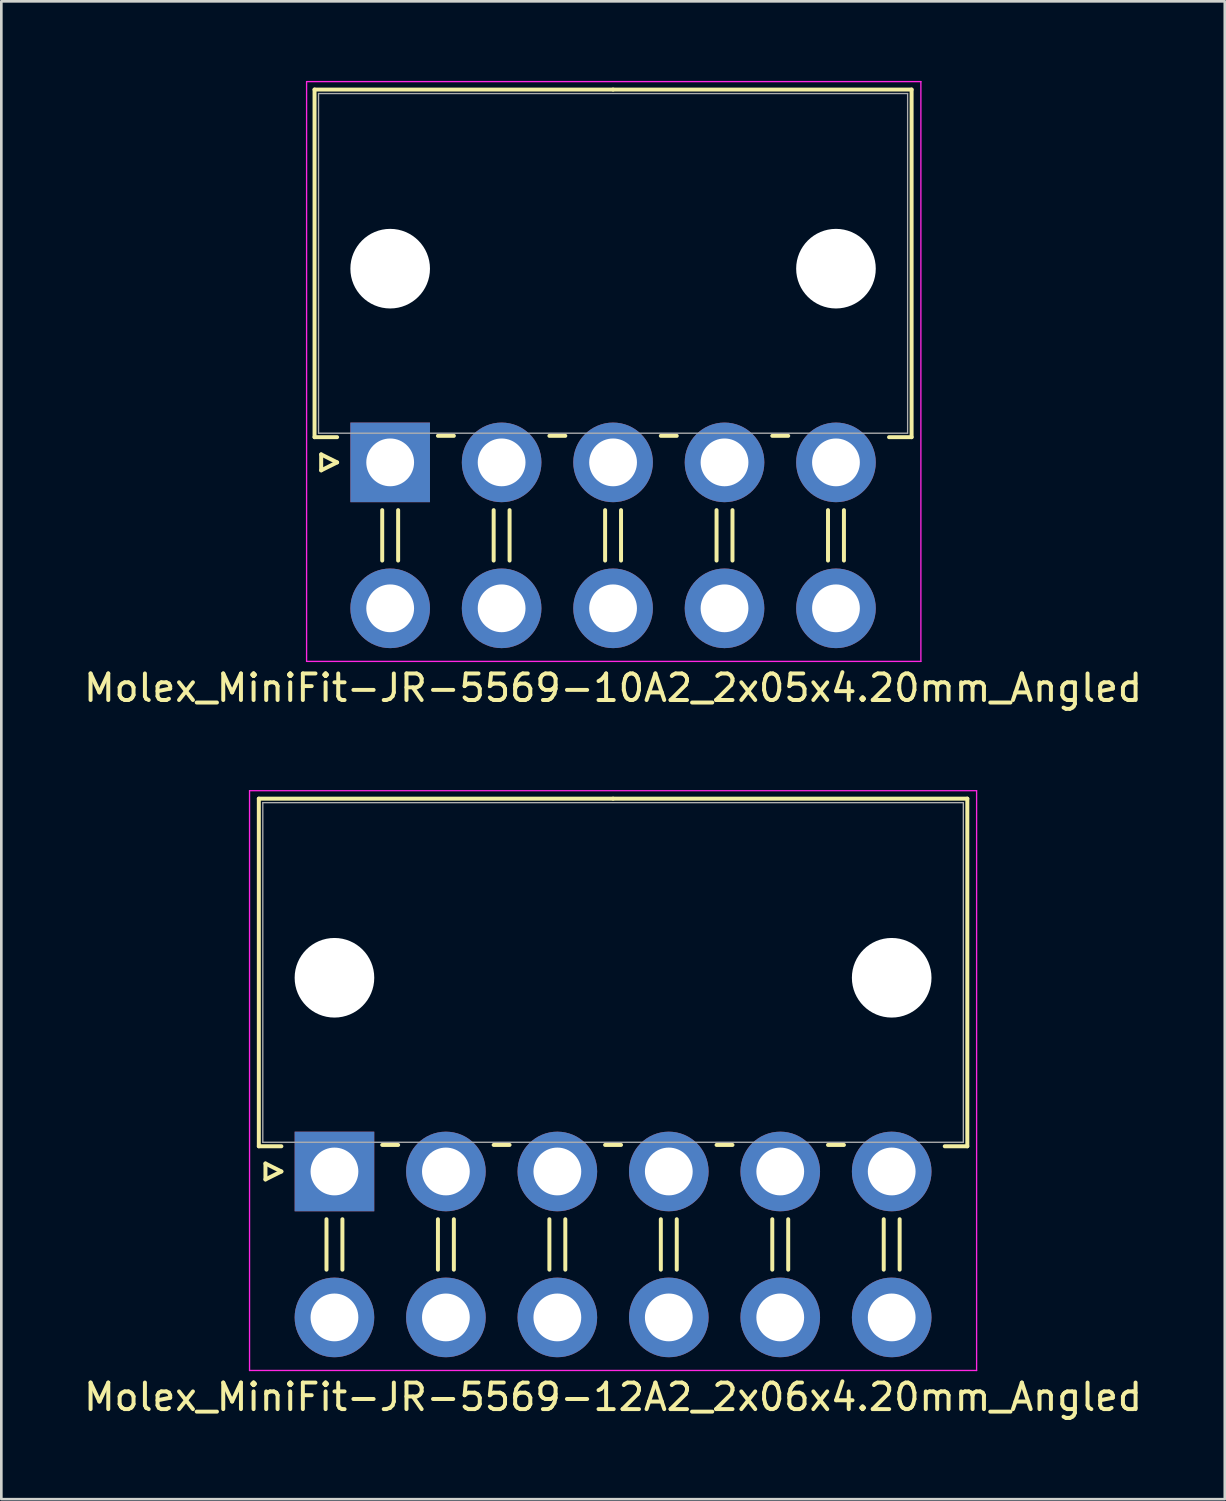
<source format=kicad_pcb>
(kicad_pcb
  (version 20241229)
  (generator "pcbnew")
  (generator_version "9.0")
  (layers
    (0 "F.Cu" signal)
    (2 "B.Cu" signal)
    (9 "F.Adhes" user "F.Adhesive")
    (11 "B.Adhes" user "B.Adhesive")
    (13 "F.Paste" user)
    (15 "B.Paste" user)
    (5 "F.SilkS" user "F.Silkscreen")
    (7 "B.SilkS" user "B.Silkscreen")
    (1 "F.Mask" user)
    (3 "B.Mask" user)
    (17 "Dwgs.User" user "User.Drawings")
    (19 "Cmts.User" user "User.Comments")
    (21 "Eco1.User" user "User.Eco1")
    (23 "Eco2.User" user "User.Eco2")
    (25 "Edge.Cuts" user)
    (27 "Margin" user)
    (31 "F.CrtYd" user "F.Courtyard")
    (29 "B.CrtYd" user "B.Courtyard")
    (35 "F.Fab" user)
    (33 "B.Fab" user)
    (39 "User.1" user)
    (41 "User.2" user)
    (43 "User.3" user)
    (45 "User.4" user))
  (footprint "Molex_MiniFit-JR-5569-10A2_2x05x4.20mm_Angled"
    (layer "F.Cu")
    (at 11.654 14.375)
    (property "Reference" "Molex_MiniFit-JR-5569-10A2_2x05x4.20mm_Angled" (at 8.4 8.5 0) (layer "F.SilkS") (effects (font (size 1 1) (thickness 0.15))))
    (attr through_hole)
    (fp_line (start -2.85 -14.05) (end 8.4 -14.05) (stroke (width 0.15) (type solid)) (layer "F.SilkS"))
    (fp_line (start -2.85 -0.95) (end -2.85 -14.05) (stroke (width 0.15) (type solid)) (layer "F.SilkS"))
    (fp_line (start -2.6 -0.3) (end -2 0) (stroke (width 0.15) (type solid)) (layer "F.SilkS"))
    (fp_line (start -2.6 0.3) (end -2.6 -0.3) (stroke (width 0.15) (type solid)) (layer "F.SilkS"))
    (fp_line (start -2 -0.95) (end -2.85 -0.95) (stroke (width 0.15) (type solid)) (layer "F.SilkS"))
    (fp_line (start -2 0) (end -2.6 0.3) (stroke (width 0.15) (type solid)) (layer "F.SilkS"))
    (fp_line (start -0.3 1.8) (end -0.3 3.7) (stroke (width 0.15) (type solid)) (layer "F.SilkS"))
    (fp_line (start 0.3 1.8) (end 0.3 3.7) (stroke (width 0.15) (type solid)) (layer "F.SilkS"))
    (fp_line (start 1.8 -1) (end 2.4 -1) (stroke (width 0.15) (type solid)) (layer "F.SilkS"))
    (fp_line (start 3.9 1.8) (end 3.9 3.7) (stroke (width 0.15) (type solid)) (layer "F.SilkS"))
    (fp_line (start 4.5 1.8) (end 4.5 3.7) (stroke (width 0.15) (type solid)) (layer "F.SilkS"))
    (fp_line (start 6 -1) (end 6.6 -1) (stroke (width 0.15) (type solid)) (layer "F.SilkS"))
    (fp_line (start 8.1 1.8) (end 8.1 3.7) (stroke (width 0.15) (type solid)) (layer "F.SilkS"))
    (fp_line (start 8.7 1.8) (end 8.7 3.7) (stroke (width 0.15) (type solid)) (layer "F.SilkS"))
    (fp_line (start 10.2 -1) (end 10.8 -1) (stroke (width 0.15) (type solid)) (layer "F.SilkS"))
    (fp_line (start 12.3 1.8) (end 12.3 3.7) (stroke (width 0.15) (type solid)) (layer "F.SilkS"))
    (fp_line (start 12.9 1.8) (end 12.9 3.7) (stroke (width 0.15) (type solid)) (layer "F.SilkS"))
    (fp_line (start 14.4 -1) (end 15 -1) (stroke (width 0.15) (type solid)) (layer "F.SilkS"))
    (fp_line (start 16.5 1.8) (end 16.5 3.7) (stroke (width 0.15) (type solid)) (layer "F.SilkS"))
    (fp_line (start 17.1 1.8) (end 17.1 3.7) (stroke (width 0.15) (type solid)) (layer "F.SilkS"))
    (fp_line (start 18.8 -0.95) (end 19.65 -0.95) (stroke (width 0.15) (type solid)) (layer "F.SilkS"))
    (fp_line (start 19.65 -14.05) (end 8.4 -14.05) (stroke (width 0.15) (type solid)) (layer "F.SilkS"))
    (fp_line (start 19.65 -0.95) (end 19.65 -14.05) (stroke (width 0.15) (type solid)) (layer "F.SilkS"))
    (fp_line (start -3.15 -14.35) (end -3.15 7.5) (stroke (width 0.05) (type solid)) (layer "F.CrtYd"))
    (fp_line (start -3.15 7.5) (end 20 7.5) (stroke (width 0.05) (type solid)) (layer "F.CrtYd"))
    (fp_line (start 20 -14.35) (end -3.15 -14.35) (stroke (width 0.05) (type solid)) (layer "F.CrtYd"))
    (fp_line (start 20 7.5) (end 20 -14.35) (stroke (width 0.05) (type solid)) (layer "F.CrtYd"))
    (fp_line (start -2.7 -13.9) (end -2.7 -1.1) (stroke (width 0.05) (type solid)) (layer "F.Fab"))
    (fp_line (start -2.7 -1.1) (end 19.5 -1.1) (stroke (width 0.05) (type solid)) (layer "F.Fab"))
    (fp_line (start 19.5 -13.9) (end -2.7 -13.9) (stroke (width 0.05) (type solid)) (layer "F.Fab"))
    (fp_line (start 19.5 -1.1) (end 19.5 -13.9) (stroke (width 0.05) (type solid)) (layer "F.Fab"))
    (pad "" np_thru_hole circle (at 0 -7.3) (size 3 3) (drill 3) (layers "*.Cu"))
    (pad "" np_thru_hole circle (at 16.8 -7.3) (size 3 3) (drill 3) (layers "*.Cu"))
    (pad "1" thru_hole rect (at 0 0) (size 3 3) (drill 1.8) (layers "*.Cu" "*.Mask"))
    (pad "2" thru_hole circle (at 4.2 0) (size 3 3) (drill 1.8) (layers "*.Cu" "*.Mask"))
    (pad "3" thru_hole circle (at 8.4 0) (size 3 3) (drill 1.8) (layers "*.Cu" "*.Mask"))
    (pad "4" thru_hole circle (at 12.6 0) (size 3 3) (drill 1.8) (layers "*.Cu" "*.Mask"))
    (pad "5" thru_hole circle (at 16.8 0) (size 3 3) (drill 1.8) (layers "*.Cu" "*.Mask"))
    (pad "6" thru_hole circle (at 0 5.5) (size 3 3) (drill 1.8) (layers "*.Cu" "*.Mask"))
    (pad "7" thru_hole circle (at 4.2 5.5) (size 3 3) (drill 1.8) (layers "*.Cu" "*.Mask"))
    (pad "8" thru_hole circle (at 8.4 5.5) (size 3 3) (drill 1.8) (layers "*.Cu" "*.Mask"))
    (pad "9" thru_hole circle (at 12.6 5.5) (size 3 3) (drill 1.8) (layers "*.Cu" "*.Mask"))
    (pad "10" thru_hole circle (at 16.8 5.5) (size 3 3) (drill 1.8) (layers "*.Cu" "*.Mask")))
  (footprint "Molex_MiniFit-JR-5569-12A2_2x06x4.20mm_Angled"
    (layer "F.Cu")
    (at 9.554 41.098)
    (property "Reference" "Molex_MiniFit-JR-5569-12A2_2x06x4.20mm_Angled" (at 10.5 8.5 0) (layer "F.SilkS") (effects (font (size 1 1) (thickness 0.15))))
    (attr through_hole)
    (fp_line (start -2.85 -14.05) (end 10.5 -14.05) (stroke (width 0.15) (type solid)) (layer "F.SilkS"))
    (fp_line (start -2.85 -0.95) (end -2.85 -14.05) (stroke (width 0.15) (type solid)) (layer "F.SilkS"))
    (fp_line (start -2.6 -0.3) (end -2 0) (stroke (width 0.15) (type solid)) (layer "F.SilkS"))
    (fp_line (start -2.6 0.3) (end -2.6 -0.3) (stroke (width 0.15) (type solid)) (layer "F.SilkS"))
    (fp_line (start -2 -0.95) (end -2.85 -0.95) (stroke (width 0.15) (type solid)) (layer "F.SilkS"))
    (fp_line (start -2 0) (end -2.6 0.3) (stroke (width 0.15) (type solid)) (layer "F.SilkS"))
    (fp_line (start -0.3 1.8) (end -0.3 3.7) (stroke (width 0.15) (type solid)) (layer "F.SilkS"))
    (fp_line (start 0.3 1.8) (end 0.3 3.7) (stroke (width 0.15) (type solid)) (layer "F.SilkS"))
    (fp_line (start 1.8 -1) (end 2.4 -1) (stroke (width 0.15) (type solid)) (layer "F.SilkS"))
    (fp_line (start 3.9 1.8) (end 3.9 3.7) (stroke (width 0.15) (type solid)) (layer "F.SilkS"))
    (fp_line (start 4.5 1.8) (end 4.5 3.7) (stroke (width 0.15) (type solid)) (layer "F.SilkS"))
    (fp_line (start 6 -1) (end 6.6 -1) (stroke (width 0.15) (type solid)) (layer "F.SilkS"))
    (fp_line (start 8.1 1.8) (end 8.1 3.7) (stroke (width 0.15) (type solid)) (layer "F.SilkS"))
    (fp_line (start 8.7 1.8) (end 8.7 3.7) (stroke (width 0.15) (type solid)) (layer "F.SilkS"))
    (fp_line (start 10.2 -1) (end 10.8 -1) (stroke (width 0.15) (type solid)) (layer "F.SilkS"))
    (fp_line (start 12.3 1.8) (end 12.3 3.7) (stroke (width 0.15) (type solid)) (layer "F.SilkS"))
    (fp_line (start 12.9 1.8) (end 12.9 3.7) (stroke (width 0.15) (type solid)) (layer "F.SilkS"))
    (fp_line (start 14.4 -1) (end 15 -1) (stroke (width 0.15) (type solid)) (layer "F.SilkS"))
    (fp_line (start 16.5 1.8) (end 16.5 3.7) (stroke (width 0.15) (type solid)) (layer "F.SilkS"))
    (fp_line (start 17.1 1.8) (end 17.1 3.7) (stroke (width 0.15) (type solid)) (layer "F.SilkS"))
    (fp_line (start 18.6 -1) (end 19.2 -1) (stroke (width 0.15) (type solid)) (layer "F.SilkS"))
    (fp_line (start 20.7 1.8) (end 20.7 3.7) (stroke (width 0.15) (type solid)) (layer "F.SilkS"))
    (fp_line (start 21.3 1.8) (end 21.3 3.7) (stroke (width 0.15) (type solid)) (layer "F.SilkS"))
    (fp_line (start 23 -0.95) (end 23.85 -0.95) (stroke (width 0.15) (type solid)) (layer "F.SilkS"))
    (fp_line (start 23.85 -14.05) (end 10.5 -14.05) (stroke (width 0.15) (type solid)) (layer "F.SilkS"))
    (fp_line (start 23.85 -0.95) (end 23.85 -14.05) (stroke (width 0.15) (type solid)) (layer "F.SilkS"))
    (fp_line (start -3.2 -14.35) (end -3.2 7.5) (stroke (width 0.05) (type solid)) (layer "F.CrtYd"))
    (fp_line (start -3.2 7.5) (end 24.2 7.5) (stroke (width 0.05) (type solid)) (layer "F.CrtYd"))
    (fp_line (start 24.2 -14.35) (end -3.2 -14.35) (stroke (width 0.05) (type solid)) (layer "F.CrtYd"))
    (fp_line (start 24.2 7.5) (end 24.2 -14.35) (stroke (width 0.05) (type solid)) (layer "F.CrtYd"))
    (fp_line (start -2.7 -13.9) (end -2.7 -1.1) (stroke (width 0.05) (type solid)) (layer "F.Fab"))
    (fp_line (start -2.7 -1.1) (end 23.7 -1.1) (stroke (width 0.05) (type solid)) (layer "F.Fab"))
    (fp_line (start 23.7 -13.9) (end -2.7 -13.9) (stroke (width 0.05) (type solid)) (layer "F.Fab"))
    (fp_line (start 23.7 -1.1) (end 23.7 -13.9) (stroke (width 0.05) (type solid)) (layer "F.Fab"))
    (pad "" np_thru_hole circle (at 0 -7.3) (size 3 3) (drill 3) (layers "*.Cu"))
    (pad "" np_thru_hole circle (at 21 -7.3) (size 3 3) (drill 3) (layers "*.Cu"))
    (pad "1" thru_hole rect (at 0 0) (size 3 3) (drill 1.8) (layers "*.Cu" "*.Mask"))
    (pad "2" thru_hole circle (at 4.2 0) (size 3 3) (drill 1.8) (layers "*.Cu" "*.Mask"))
    (pad "3" thru_hole circle (at 8.4 0) (size 3 3) (drill 1.8) (layers "*.Cu" "*.Mask"))
    (pad "4" thru_hole circle (at 12.6 0) (size 3 3) (drill 1.8) (layers "*.Cu" "*.Mask"))
    (pad "5" thru_hole circle (at 16.8 0) (size 3 3) (drill 1.8) (layers "*.Cu" "*.Mask"))
    (pad "6" thru_hole circle (at 21 0) (size 3 3) (drill 1.8) (layers "*.Cu" "*.Mask"))
    (pad "7" thru_hole circle (at 0 5.5) (size 3 3) (drill 1.8) (layers "*.Cu" "*.Mask"))
    (pad "8" thru_hole circle (at 4.2 5.5) (size 3 3) (drill 1.8) (layers "*.Cu" "*.Mask"))
    (pad "9" thru_hole circle (at 8.4 5.5) (size 3 3) (drill 1.8) (layers "*.Cu" "*.Mask"))
    (pad "10" thru_hole circle (at 12.6 5.5) (size 3 3) (drill 1.8) (layers "*.Cu" "*.Mask"))
    (pad "11" thru_hole circle (at 16.8 5.5) (size 3 3) (drill 1.8) (layers "*.Cu" "*.Mask"))
    (pad "12" thru_hole circle (at 21 5.5) (size 3 3) (drill 1.8) (layers "*.Cu" "*.Mask")))
  (gr_rect
    (start -3 -3)
    (end 43.107 53.447)
    (stroke (width 0.1) (type default))
    (fill no)
    (layer "Edge.Cuts")))
</source>
